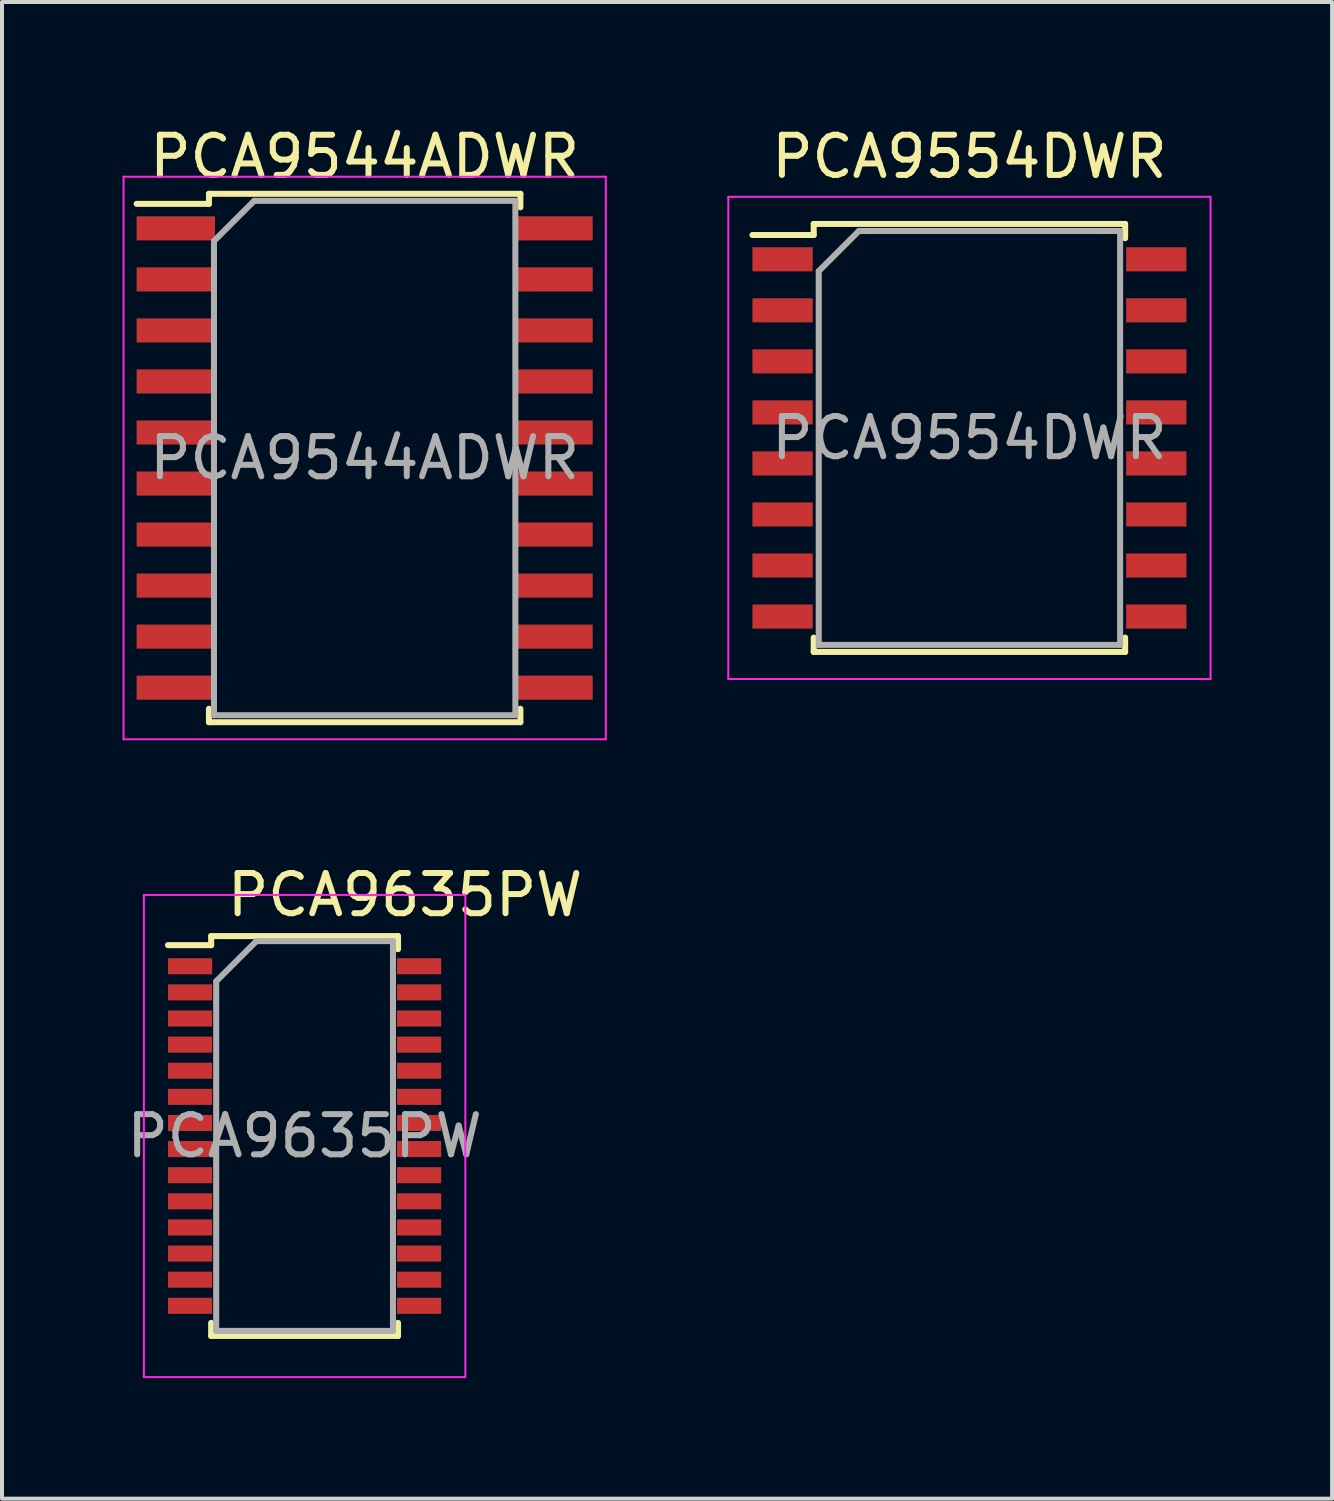
<source format=kicad_pcb>
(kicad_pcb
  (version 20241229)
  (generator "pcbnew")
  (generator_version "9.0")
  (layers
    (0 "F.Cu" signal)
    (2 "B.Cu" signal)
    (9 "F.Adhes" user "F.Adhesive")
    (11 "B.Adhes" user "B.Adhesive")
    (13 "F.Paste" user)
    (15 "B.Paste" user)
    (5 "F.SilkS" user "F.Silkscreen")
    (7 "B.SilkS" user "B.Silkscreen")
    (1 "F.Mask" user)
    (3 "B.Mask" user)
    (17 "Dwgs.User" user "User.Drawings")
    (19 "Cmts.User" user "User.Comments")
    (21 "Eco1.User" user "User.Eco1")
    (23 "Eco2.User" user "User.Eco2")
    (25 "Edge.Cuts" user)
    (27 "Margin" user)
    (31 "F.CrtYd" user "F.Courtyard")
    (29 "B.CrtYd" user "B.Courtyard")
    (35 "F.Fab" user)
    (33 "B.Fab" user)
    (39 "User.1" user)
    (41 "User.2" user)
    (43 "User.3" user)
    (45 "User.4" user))
  (footprint "PCA9554DWR"
    (layer "F.Cu")
    (at 21.075 7.848)
    (property "Reference" "PCA9554DWR" (at 0 -7 0) (layer "F.SilkS") (effects (font (size 1 1) (thickness 0.15))))
    (attr smd)
    (fp_line (start -3.875 -5.325) (end -3.875 -5.05) (stroke (width 0.15) (type solid)) (layer "F.SilkS"))
    (fp_line (start -3.875 -5.325) (end 3.875 -5.325) (stroke (width 0.15) (type solid)) (layer "F.SilkS"))
    (fp_line (start -3.875 -5.05) (end -5.4 -5.05) (stroke (width 0.15) (type solid)) (layer "F.SilkS"))
    (fp_line (start -3.875 5.325) (end -3.875 4.97) (stroke (width 0.15) (type solid)) (layer "F.SilkS"))
    (fp_line (start -3.875 5.325) (end 3.875 5.325) (stroke (width 0.15) (type solid)) (layer "F.SilkS"))
    (fp_line (start 3.875 -5.325) (end 3.875 -4.97) (stroke (width 0.15) (type solid)) (layer "F.SilkS"))
    (fp_line (start 3.875 5.325) (end 3.875 4.97) (stroke (width 0.15) (type solid)) (layer "F.SilkS"))
    (fp_line (start -6 -6) (end -6 6) (stroke (width 0.05) (type solid)) (layer "F.CrtYd"))
    (fp_line (start -6 -6) (end 6 -6) (stroke (width 0.05) (type solid)) (layer "F.CrtYd"))
    (fp_line (start -6 6) (end 6 6) (stroke (width 0.05) (type solid)) (layer "F.CrtYd"))
    (fp_line (start 6 -6) (end 6 6) (stroke (width 0.05) (type solid)) (layer "F.CrtYd"))
    (fp_line (start -3.75 -4.15) (end -2.75 -5.15) (stroke (width 0.15) (type solid)) (layer "F.Fab"))
    (fp_line (start -3.75 5.15) (end -3.75 -4.15) (stroke (width 0.15) (type solid)) (layer "F.Fab"))
    (fp_line (start -2.75 -5.15) (end 3.75 -5.15) (stroke (width 0.15) (type solid)) (layer "F.Fab"))
    (fp_line (start 3.75 -5.15) (end 3.75 5.15) (stroke (width 0.15) (type solid)) (layer "F.Fab"))
    (fp_line (start 3.75 5.15) (end -3.75 5.15) (stroke (width 0.15) (type solid)) (layer "F.Fab"))
    (fp_text user "${REFERENCE}" (at 0 0 0) (layer "F.Fab") (effects (font (size 1 1) (thickness 0.15))))
    (pad "1" smd rect (at -4.65 -4.445) (size 1.5 0.6) (layers "F.Cu" "F.Mask" "F.Paste"))
    (pad "2" smd rect (at -4.65 -3.175) (size 1.5 0.6) (layers "F.Cu" "F.Mask" "F.Paste"))
    (pad "3" smd rect (at -4.65 -1.905) (size 1.5 0.6) (layers "F.Cu" "F.Mask" "F.Paste"))
    (pad "4" smd rect (at -4.65 -0.635) (size 1.5 0.6) (layers "F.Cu" "F.Mask" "F.Paste"))
    (pad "5" smd rect (at -4.65 0.635) (size 1.5 0.6) (layers "F.Cu" "F.Mask" "F.Paste"))
    (pad "6" smd rect (at -4.65 1.905) (size 1.5 0.6) (layers "F.Cu" "F.Mask" "F.Paste"))
    (pad "7" smd rect (at -4.65 3.175) (size 1.5 0.6) (layers "F.Cu" "F.Mask" "F.Paste"))
    (pad "8" smd rect (at -4.65 4.445) (size 1.5 0.6) (layers "F.Cu" "F.Mask" "F.Paste"))
    (pad "9" smd rect (at 4.65 4.445) (size 1.5 0.6) (layers "F.Cu" "F.Mask" "F.Paste"))
    (pad "10" smd rect (at 4.65 3.175) (size 1.5 0.6) (layers "F.Cu" "F.Mask" "F.Paste"))
    (pad "11" smd rect (at 4.65 1.905) (size 1.5 0.6) (layers "F.Cu" "F.Mask" "F.Paste"))
    (pad "12" smd rect (at 4.65 0.635) (size 1.5 0.6) (layers "F.Cu" "F.Mask" "F.Paste"))
    (pad "13" smd rect (at 4.65 -0.635) (size 1.5 0.6) (layers "F.Cu" "F.Mask" "F.Paste"))
    (pad "14" smd rect (at 4.65 -1.905) (size 1.5 0.6) (layers "F.Cu" "F.Mask" "F.Paste"))
    (pad "15" smd rect (at 4.65 -3.175) (size 1.5 0.6) (layers "F.Cu" "F.Mask" "F.Paste"))
    (pad "16" smd rect (at 4.65 -4.445) (size 1.5 0.6) (layers "F.Cu" "F.Mask" "F.Paste")))
  (footprint "PCA9544ADWR"
    (layer "F.Cu")
    (at 6.025 8.348)
    (property "Reference" "PCA9544ADWR" (at 0 -7.5 0) (layer "F.SilkS") (effects (font (size 1 1) (thickness 0.15))))
    (attr smd)
    (fp_line (start -3.875 -6.575) (end -3.875 -6.325) (stroke (width 0.15) (type solid)) (layer "F.SilkS"))
    (fp_line (start -3.875 -6.575) (end 3.875 -6.575) (stroke (width 0.15) (type solid)) (layer "F.SilkS"))
    (fp_line (start -3.875 -6.325) (end -5.675 -6.325) (stroke (width 0.15) (type solid)) (layer "F.SilkS"))
    (fp_line (start -3.875 6.575) (end -3.875 6.24) (stroke (width 0.15) (type solid)) (layer "F.SilkS"))
    (fp_line (start -3.875 6.575) (end 3.875 6.575) (stroke (width 0.15) (type solid)) (layer "F.SilkS"))
    (fp_line (start 3.875 -6.575) (end 3.875 -6.24) (stroke (width 0.15) (type solid)) (layer "F.SilkS"))
    (fp_line (start 3.875 6.575) (end 3.875 6.24) (stroke (width 0.15) (type solid)) (layer "F.SilkS"))
    (fp_line (start -6 -7) (end -6 7) (stroke (width 0.05) (type solid)) (layer "F.CrtYd"))
    (fp_line (start -6 -7) (end 6 -7) (stroke (width 0.05) (type solid)) (layer "F.CrtYd"))
    (fp_line (start -6 7) (end 6 7) (stroke (width 0.05) (type solid)) (layer "F.CrtYd"))
    (fp_line (start 6 -7) (end 6 7) (stroke (width 0.05) (type solid)) (layer "F.CrtYd"))
    (fp_line (start -3.75 -5.4) (end -2.75 -6.4) (stroke (width 0.15) (type solid)) (layer "F.Fab"))
    (fp_line (start -3.75 6.4) (end -3.75 -5.4) (stroke (width 0.15) (type solid)) (layer "F.Fab"))
    (fp_line (start -2.75 -6.4) (end 3.75 -6.4) (stroke (width 0.15) (type solid)) (layer "F.Fab"))
    (fp_line (start 3.75 -6.4) (end 3.75 6.4) (stroke (width 0.15) (type solid)) (layer "F.Fab"))
    (fp_line (start 3.75 6.4) (end -3.75 6.4) (stroke (width 0.15) (type solid)) (layer "F.Fab"))
    (fp_text user "${REFERENCE}" (at 0 0 0) (layer "F.Fab") (effects (font (size 1 1) (thickness 0.15))))
    (pad "1" smd rect (at -4.7 -5.715) (size 1.95 0.6) (layers "F.Cu" "F.Mask" "F.Paste"))
    (pad "2" smd rect (at -4.7 -4.445) (size 1.95 0.6) (layers "F.Cu" "F.Mask" "F.Paste"))
    (pad "3" smd rect (at -4.7 -3.175) (size 1.95 0.6) (layers "F.Cu" "F.Mask" "F.Paste"))
    (pad "4" smd rect (at -4.7 -1.905) (size 1.95 0.6) (layers "F.Cu" "F.Mask" "F.Paste"))
    (pad "5" smd rect (at -4.7 -0.635) (size 1.95 0.6) (layers "F.Cu" "F.Mask" "F.Paste"))
    (pad "6" smd rect (at -4.7 0.635) (size 1.95 0.6) (layers "F.Cu" "F.Mask" "F.Paste"))
    (pad "7" smd rect (at -4.7 1.905) (size 1.95 0.6) (layers "F.Cu" "F.Mask" "F.Paste"))
    (pad "8" smd rect (at -4.7 3.175) (size 1.95 0.6) (layers "F.Cu" "F.Mask" "F.Paste"))
    (pad "9" smd rect (at -4.7 4.445) (size 1.95 0.6) (layers "F.Cu" "F.Mask" "F.Paste"))
    (pad "10" smd rect (at -4.7 5.715) (size 1.95 0.6) (layers "F.Cu" "F.Mask" "F.Paste"))
    (pad "11" smd rect (at 4.7 5.715) (size 1.95 0.6) (layers "F.Cu" "F.Mask" "F.Paste"))
    (pad "12" smd rect (at 4.7 4.445) (size 1.95 0.6) (layers "F.Cu" "F.Mask" "F.Paste"))
    (pad "13" smd rect (at 4.7 3.175) (size 1.95 0.6) (layers "F.Cu" "F.Mask" "F.Paste"))
    (pad "14" smd rect (at 4.7 1.905) (size 1.95 0.6) (layers "F.Cu" "F.Mask" "F.Paste"))
    (pad "15" smd rect (at 4.7 0.635) (size 1.95 0.6) (layers "F.Cu" "F.Mask" "F.Paste"))
    (pad "16" smd rect (at 4.7 -0.635) (size 1.95 0.6) (layers "F.Cu" "F.Mask" "F.Paste"))
    (pad "17" smd rect (at 4.7 -1.905) (size 1.95 0.6) (layers "F.Cu" "F.Mask" "F.Paste"))
    (pad "18" smd rect (at 4.7 -3.175) (size 1.95 0.6) (layers "F.Cu" "F.Mask" "F.Paste"))
    (pad "19" smd rect (at 4.7 -4.445) (size 1.95 0.6) (layers "F.Cu" "F.Mask" "F.Paste"))
    (pad "20" smd rect (at 4.7 -5.715) (size 1.95 0.6) (layers "F.Cu" "F.Mask" "F.Paste")))
  (footprint "PCA9635PW"
    (layer "F.Cu")
    (at 4.53 25.221)
    (property "Reference" "PCA9635PW" (at 2.5 -6 0) (layer "F.SilkS") (effects (font (size 1 1) (thickness 0.15))))
    (attr smd)
    (fp_line (start -2.325 -4.975) (end -2.325 -4.75) (stroke (width 0.15) (type solid)) (layer "F.SilkS"))
    (fp_line (start -2.325 -4.975) (end 2.325 -4.975) (stroke (width 0.15) (type solid)) (layer "F.SilkS"))
    (fp_line (start -2.325 -4.75) (end -3.4 -4.75) (stroke (width 0.15) (type solid)) (layer "F.SilkS"))
    (fp_line (start -2.325 4.975) (end -2.325 4.65) (stroke (width 0.15) (type solid)) (layer "F.SilkS"))
    (fp_line (start -2.325 4.975) (end 2.325 4.975) (stroke (width 0.15) (type solid)) (layer "F.SilkS"))
    (fp_line (start 2.325 -4.975) (end 2.325 -4.65) (stroke (width 0.15) (type solid)) (layer "F.SilkS"))
    (fp_line (start 2.325 4.975) (end 2.325 4.65) (stroke (width 0.15) (type solid)) (layer "F.SilkS"))
    (fp_line (start -4 -6) (end -4 6) (stroke (width 0.05) (type solid)) (layer "F.CrtYd"))
    (fp_line (start -4 -6) (end 4 -6) (stroke (width 0.05) (type solid)) (layer "F.CrtYd"))
    (fp_line (start -4 6) (end 4 6) (stroke (width 0.05) (type solid)) (layer "F.CrtYd"))
    (fp_line (start 4 -6) (end 4 6) (stroke (width 0.05) (type solid)) (layer "F.CrtYd"))
    (fp_line (start -2.2 -3.85) (end -1.2 -4.85) (stroke (width 0.15) (type solid)) (layer "F.Fab"))
    (fp_line (start -2.2 4.85) (end -2.2 -3.85) (stroke (width 0.15) (type solid)) (layer "F.Fab"))
    (fp_line (start -1.2 -4.85) (end 2.2 -4.85) (stroke (width 0.15) (type solid)) (layer "F.Fab"))
    (fp_line (start 2.2 -4.85) (end 2.2 4.85) (stroke (width 0.15) (type solid)) (layer "F.Fab"))
    (fp_line (start 2.2 4.85) (end -2.2 4.85) (stroke (width 0.15) (type solid)) (layer "F.Fab"))
    (fp_text user "${REFERENCE}" (at 0 0 0) (layer "F.Fab") (effects (font (size 1 1) (thickness 0.15))))
    (pad "1" smd rect (at -2.85 -4.225) (size 1.1 0.4) (layers "F.Cu" "F.Mask" "F.Paste"))
    (pad "2" smd rect (at -2.85 -3.575) (size 1.1 0.4) (layers "F.Cu" "F.Mask" "F.Paste"))
    (pad "3" smd rect (at -2.85 -2.925) (size 1.1 0.4) (layers "F.Cu" "F.Mask" "F.Paste"))
    (pad "4" smd rect (at -2.85 -2.275) (size 1.1 0.4) (layers "F.Cu" "F.Mask" "F.Paste"))
    (pad "5" smd rect (at -2.85 -1.625) (size 1.1 0.4) (layers "F.Cu" "F.Mask" "F.Paste"))
    (pad "6" smd rect (at -2.85 -0.975) (size 1.1 0.4) (layers "F.Cu" "F.Mask" "F.Paste"))
    (pad "7" smd rect (at -2.85 -0.325) (size 1.1 0.4) (layers "F.Cu" "F.Mask" "F.Paste"))
    (pad "8" smd rect (at -2.85 0.325) (size 1.1 0.4) (layers "F.Cu" "F.Mask" "F.Paste"))
    (pad "9" smd rect (at -2.85 0.975) (size 1.1 0.4) (layers "F.Cu" "F.Mask" "F.Paste"))
    (pad "10" smd rect (at -2.85 1.625) (size 1.1 0.4) (layers "F.Cu" "F.Mask" "F.Paste"))
    (pad "11" smd rect (at -2.85 2.275) (size 1.1 0.4) (layers "F.Cu" "F.Mask" "F.Paste"))
    (pad "12" smd rect (at -2.85 2.925) (size 1.1 0.4) (layers "F.Cu" "F.Mask" "F.Paste"))
    (pad "13" smd rect (at -2.85 3.575) (size 1.1 0.4) (layers "F.Cu" "F.Mask" "F.Paste"))
    (pad "14" smd rect (at -2.85 4.225) (size 1.1 0.4) (layers "F.Cu" "F.Mask" "F.Paste"))
    (pad "15" smd rect (at 2.85 4.225) (size 1.1 0.4) (layers "F.Cu" "F.Mask" "F.Paste"))
    (pad "16" smd rect (at 2.85 3.575) (size 1.1 0.4) (layers "F.Cu" "F.Mask" "F.Paste"))
    (pad "17" smd rect (at 2.85 2.925) (size 1.1 0.4) (layers "F.Cu" "F.Mask" "F.Paste"))
    (pad "18" smd rect (at 2.85 2.275) (size 1.1 0.4) (layers "F.Cu" "F.Mask" "F.Paste"))
    (pad "19" smd rect (at 2.85 1.625) (size 1.1 0.4) (layers "F.Cu" "F.Mask" "F.Paste"))
    (pad "20" smd rect (at 2.85 0.975) (size 1.1 0.4) (layers "F.Cu" "F.Mask" "F.Paste"))
    (pad "21" smd rect (at 2.85 0.325) (size 1.1 0.4) (layers "F.Cu" "F.Mask" "F.Paste"))
    (pad "22" smd rect (at 2.85 -0.325) (size 1.1 0.4) (layers "F.Cu" "F.Mask" "F.Paste"))
    (pad "23" smd rect (at 2.85 -0.975) (size 1.1 0.4) (layers "F.Cu" "F.Mask" "F.Paste"))
    (pad "24" smd rect (at 2.85 -1.625) (size 1.1 0.4) (layers "F.Cu" "F.Mask" "F.Paste"))
    (pad "25" smd rect (at 2.85 -2.275) (size 1.1 0.4) (layers "F.Cu" "F.Mask" "F.Paste"))
    (pad "26" smd rect (at 2.85 -2.925) (size 1.1 0.4) (layers "F.Cu" "F.Mask" "F.Paste"))
    (pad "27" smd rect (at 2.85 -3.575) (size 1.1 0.4) (layers "F.Cu" "F.Mask" "F.Paste"))
    (pad "28" smd rect (at 2.85 -4.225) (size 1.1 0.4) (layers "F.Cu" "F.Mask" "F.Paste")))
  (gr_rect
    (start -3 -3)
    (end 30.1 34.246)
    (stroke (width 0.1) (type default))
    (fill no)
    (layer "Edge.Cuts")))
</source>
